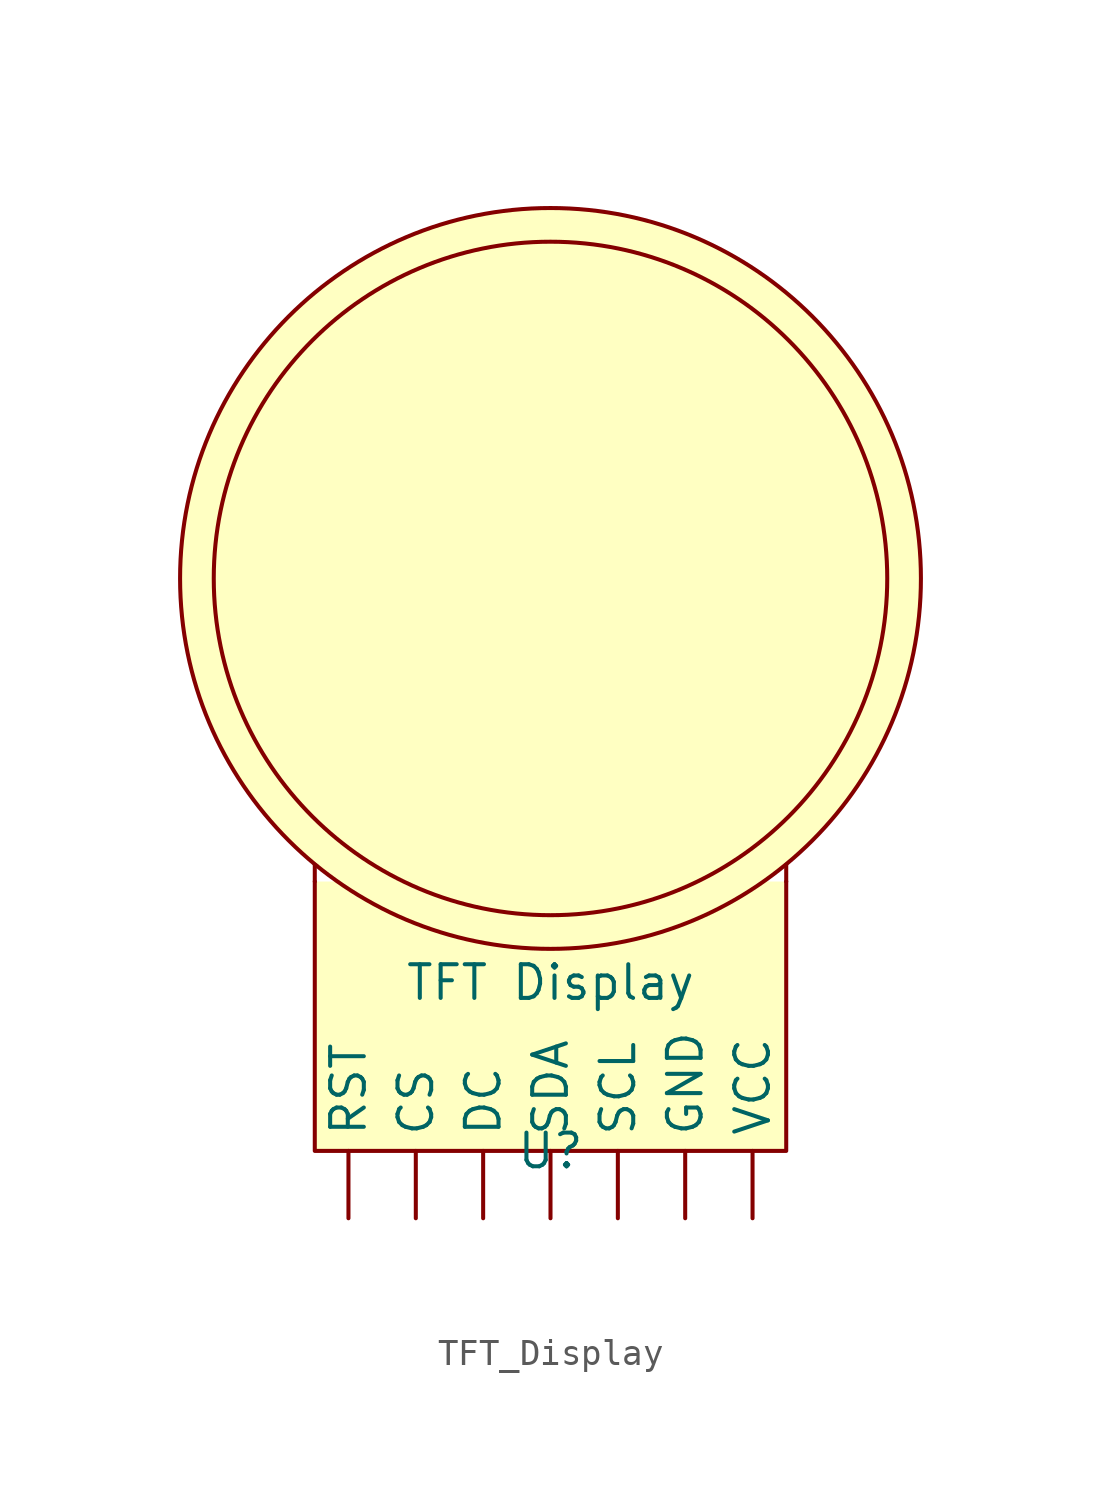
<source format=kicad_sym>
(kicad_symbol_lib
  (version 20231120)
  (generator "kicad_symbol_editor")
  (generator_version "8.0")
  (symbol "TFT_Display"
    (property "Reference" "U"
      (at 0 0 0)
      (effects (font (size 1.27 1.27))))
    (property "Value" "TFT Display"
      (at 0 6.35 0)
      (effects (font (size 1.27 1.27))))
    (symbol "TFT_Display_0_1"
      (polyline (pts (xy -8.89 10.795) (xy -8.89 10.16)) (stroke (width 0) (type default)) (fill (type none)))
      (polyline (pts (xy 8.89 10.795) (xy 8.89 10.16)) (stroke (width 0) (type default)) (fill (type none))))
    (symbol "TFT_Display_1_1"
      (polyline (pts (xy 8.89 10.16) (xy 8.89 0) (xy -8.89 0) (xy -8.89 10.16)) (stroke (width 0) (type default)) (fill (type background)))
      (circle (center 0 21.59) (radius 12.7) (stroke (width 0) (type default)) (fill (type background)))
      (circle (center 0 21.59) (radius 13.97) (stroke (width 0) (type default)) (fill (type background)))
      (pin bidirectional line (at -5.08 -2.54 90) (length 2.54) (name "CS" (effects (font (size 1.27 1.27)))) (number "" (effects (font (size 1.27 1.27)))))
      (pin bidirectional line (at -2.54 -2.54 90) (length 2.54) (name "DC" (effects (font (size 1.27 1.27)))) (number "" (effects (font (size 1.27 1.27)))))
      (pin bidirectional line (at 5.08 -2.54 90) (length 2.54) (name "GND" (effects (font (size 1.27 1.27)))) (number "" (effects (font (size 1.27 1.27)))))
      (pin bidirectional line (at -7.62 -2.54 90) (length 2.54) (name "RST" (effects (font (size 1.27 1.27)))) (number "" (effects (font (size 1.27 1.27)))))
      (pin bidirectional line (at 2.54 -2.54 90) (length 2.54) (name "SCL" (effects (font (size 1.27 1.27)))) (number "" (effects (font (size 1.27 1.27)))))
      (pin bidirectional line (at 0 -2.54 90) (length 2.54) (name "SDA" (effects (font (size 1.27 1.27)))) (number "" (effects (font (size 1.27 1.27)))))
      (pin bidirectional line (at 7.62 -2.54 90) (length 2.54) (name "VCC" (effects (font (size 1.27 1.27)))) (number "" (effects (font (size 1.27 1.27))))))))
</source>
